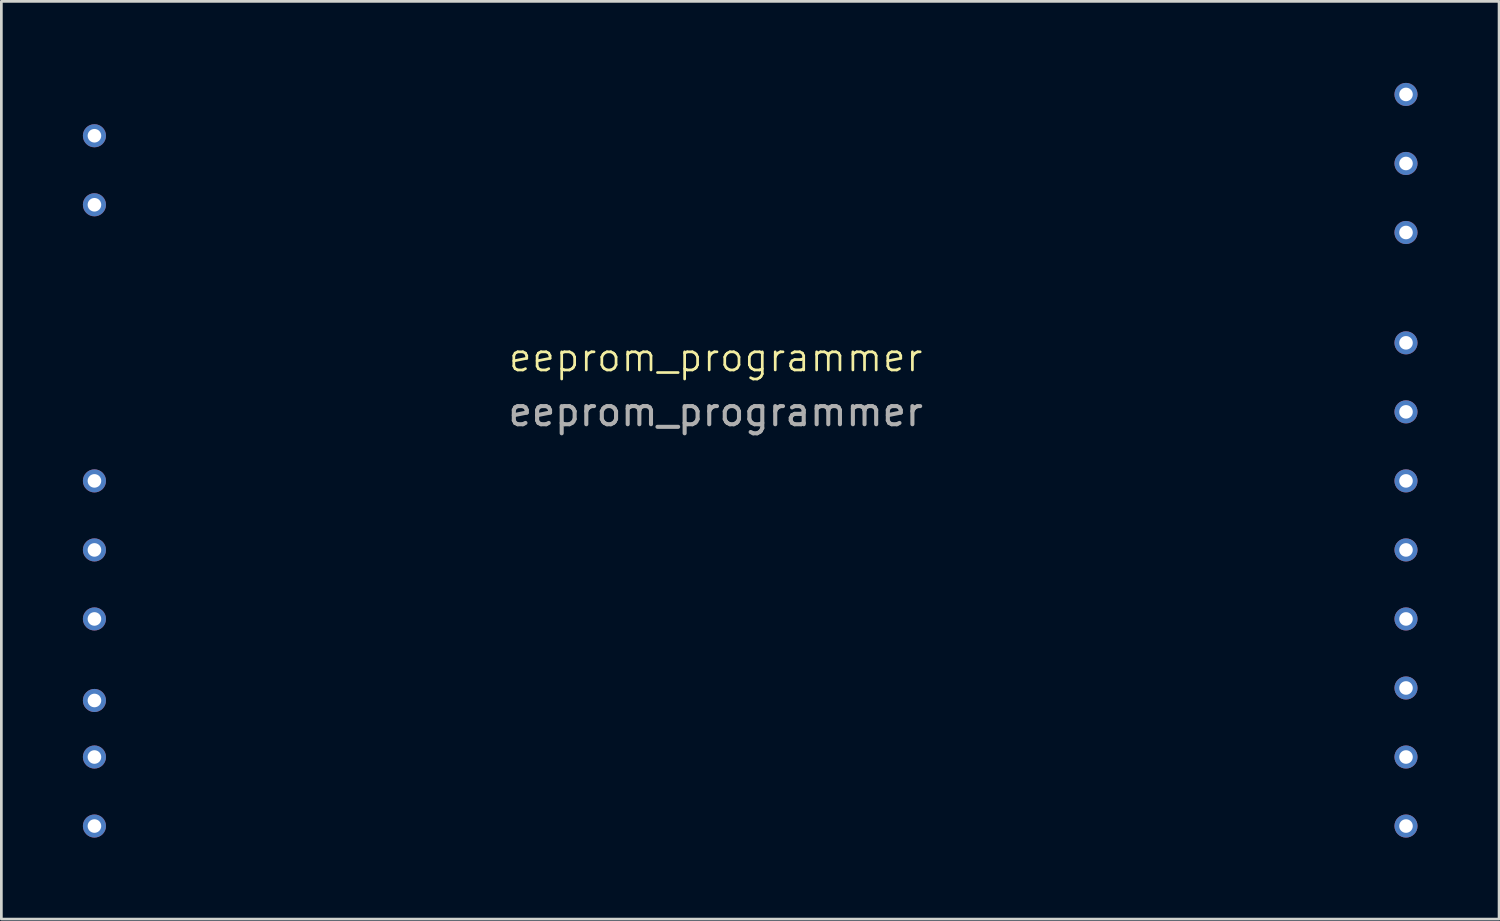
<source format=kicad_pcb>
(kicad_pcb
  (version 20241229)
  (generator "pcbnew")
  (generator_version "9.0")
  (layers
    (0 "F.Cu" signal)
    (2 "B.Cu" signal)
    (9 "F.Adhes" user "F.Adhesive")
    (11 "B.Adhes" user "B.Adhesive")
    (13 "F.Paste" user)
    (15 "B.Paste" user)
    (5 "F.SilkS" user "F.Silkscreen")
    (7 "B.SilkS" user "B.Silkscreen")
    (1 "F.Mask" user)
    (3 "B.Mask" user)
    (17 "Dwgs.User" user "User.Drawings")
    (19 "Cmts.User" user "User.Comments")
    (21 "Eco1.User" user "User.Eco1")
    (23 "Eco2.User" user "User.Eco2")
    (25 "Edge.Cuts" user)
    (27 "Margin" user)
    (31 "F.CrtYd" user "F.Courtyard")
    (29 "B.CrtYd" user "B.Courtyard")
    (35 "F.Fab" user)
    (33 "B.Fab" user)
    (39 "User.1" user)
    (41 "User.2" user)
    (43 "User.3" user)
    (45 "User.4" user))
  (footprint "eeprom_programmer"
    (layer "F.Cu")
    (at 23.285 17.185)
    (property "Reference" "eeprom_programmer" (at 0 -7.08 0) (unlocked yes) (layer "F.SilkS") (effects (font (size 1 1) (thickness 0.1))))
    (attr smd)
    (fp_text user "${REFERENCE}" (at 0 -5.08 0) (unlocked yes) (layer "F.Fab") (effects (font (size 1 1) (thickness 0.15))))
    (pad "5" thru_hole circle (at -22.86 -15.24) (size 0.85 0.85) (drill 0.5) (layers "*.Cu" "*.Mask"))
    (pad "6" thru_hole circle (at -22.86 -12.7) (size 0.85 0.85) (drill 0.5) (layers "*.Cu" "*.Mask"))
    (pad "9" thru_hole circle (at -22.86 -2.54) (size 0.85 0.85) (drill 0.5) (layers "*.Cu" "*.Mask"))
    (pad "10" thru_hole circle (at -22.86 0) (size 0.85 0.85) (drill 0.5) (layers "*.Cu" "*.Mask"))
    (pad "11" thru_hole circle (at -22.86 2.54) (size 0.85 0.85) (drill 0.5) (layers "*.Cu" "*.Mask"))
    (pad "12" thru_hole circle (at -22.86 5.54) (size 0.85 0.85) (drill 0.5) (layers "*.Cu" "*.Mask"))
    (pad "13" thru_hole circle (at -22.86 7.62) (size 0.85 0.85) (drill 0.5) (layers "*.Cu" "*.Mask"))
    (pad "14" thru_hole circle (at -22.86 10.16) (size 0.85 0.85) (drill 0.5) (layers "*.Cu" "*.Mask"))
    (pad "15" thru_hole circle (at 25.4 10.16) (size 0.85 0.85) (drill 0.5) (layers "*.Cu" "*.Mask"))
    (pad "16" thru_hole circle (at 25.4 7.62) (size 0.85 0.85) (drill 0.5) (layers "*.Cu" "*.Mask"))
    (pad "17" thru_hole circle (at 25.4 5.08) (size 0.85 0.85) (drill 0.5) (layers "*.Cu" "*.Mask"))
    (pad "18" thru_hole circle (at 25.4 2.54) (size 0.85 0.85) (drill 0.5) (layers "*.Cu" "*.Mask"))
    (pad "19" thru_hole circle (at 25.4 0) (size 0.85 0.85) (drill 0.5) (layers "*.Cu" "*.Mask"))
    (pad "20" thru_hole circle (at 25.4 -2.54) (size 0.85 0.85) (drill 0.5) (layers "*.Cu" "*.Mask"))
    (pad "21" thru_hole circle (at 25.4 -5.08) (size 0.85 0.85) (drill 0.5) (layers "*.Cu" "*.Mask"))
    (pad "22" thru_hole circle (at 25.4 -7.62) (size 0.85 0.85) (drill 0.5) (layers "*.Cu" "*.Mask"))
    (pad "23" thru_hole circle (at 25.4 -11.68) (size 0.85 0.85) (drill 0.5) (layers "*.Cu" "*.Mask"))
    (pad "24" thru_hole circle (at 25.4 -14.22) (size 0.85 0.85) (drill 0.5) (layers "*.Cu" "*.Mask"))
    (pad "25" thru_hole circle (at 25.4 -16.76) (size 0.85 0.85) (drill 0.5) (layers "*.Cu" "*.Mask")))
  (gr_rect
    (start -3 -3)
    (end 52.11 30.77)
    (stroke (width 0.1) (type default))
    (fill no)
    (layer "Edge.Cuts")))
</source>
